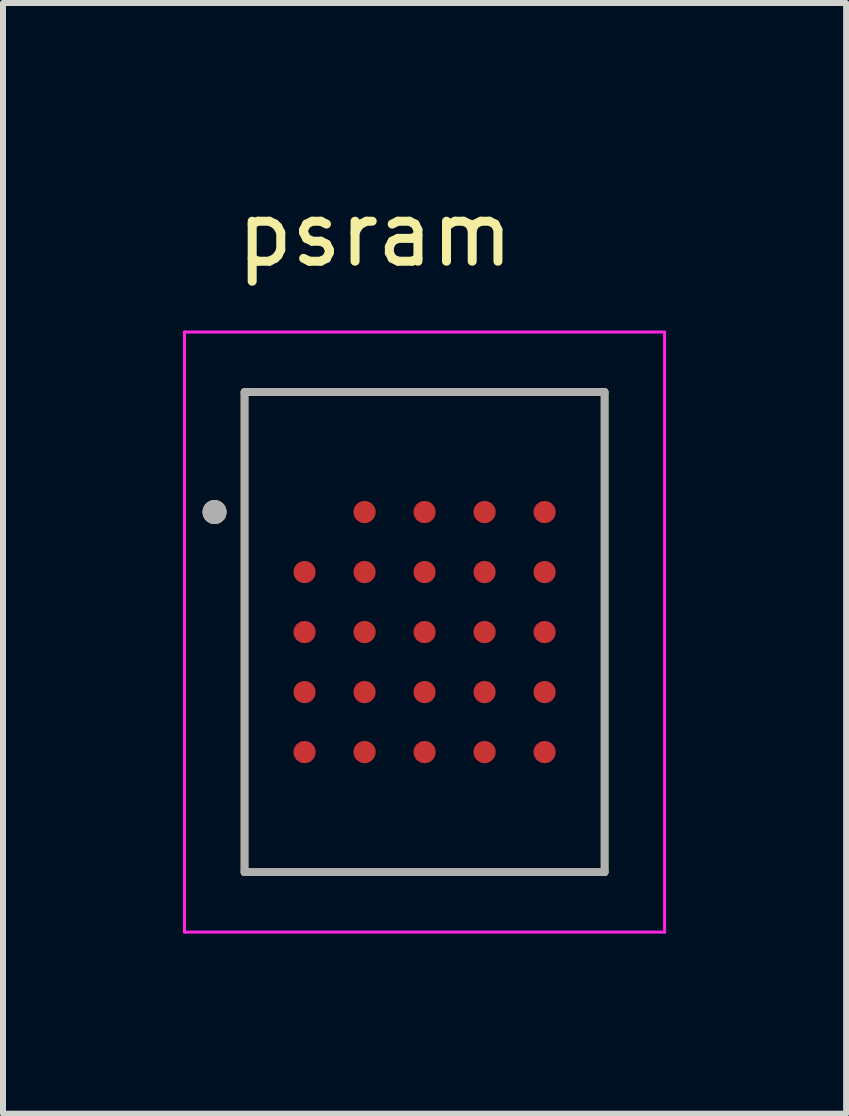
<source format=kicad_pcb>
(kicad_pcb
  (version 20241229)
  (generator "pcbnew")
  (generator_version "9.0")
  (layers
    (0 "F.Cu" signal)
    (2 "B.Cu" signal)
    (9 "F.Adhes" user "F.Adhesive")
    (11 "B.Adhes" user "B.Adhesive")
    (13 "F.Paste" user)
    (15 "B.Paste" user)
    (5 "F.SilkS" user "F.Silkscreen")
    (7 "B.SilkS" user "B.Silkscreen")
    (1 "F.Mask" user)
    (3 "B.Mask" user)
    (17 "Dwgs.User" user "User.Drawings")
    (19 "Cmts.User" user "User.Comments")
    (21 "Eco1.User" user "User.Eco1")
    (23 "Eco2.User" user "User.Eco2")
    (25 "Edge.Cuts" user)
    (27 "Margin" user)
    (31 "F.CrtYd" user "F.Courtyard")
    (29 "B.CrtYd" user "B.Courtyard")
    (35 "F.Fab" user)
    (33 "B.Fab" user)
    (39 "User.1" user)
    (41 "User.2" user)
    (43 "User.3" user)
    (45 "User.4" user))
  (footprint "psram"
    (layer "F.Cu")
    (at 4.025 7.483)
    (property "Reference" "psram" (at -0.825 -6.635 0) (layer "F.SilkS") (effects (font (size 1 1) (thickness 0.15))))
    (attr smd)
    (fp_line (start -3 -4) (end 3 -4) (stroke (width 0.127) (type solid)) (layer "F.SilkS"))
    (fp_line (start -3 4) (end -3 -4) (stroke (width 0.127) (type solid)) (layer "F.SilkS"))
    (fp_line (start 3 -4) (end 3 4) (stroke (width 0.127) (type solid)) (layer "F.SilkS"))
    (fp_line (start 3 4) (end -3 4) (stroke (width 0.127) (type solid)) (layer "F.SilkS"))
    (fp_circle (center -3.5 -2) (end -3.4 -2) (stroke (width 0.2) (type solid)) (fill no) (layer "F.SilkS"))
    (fp_line (start -4 -5) (end -4 5) (stroke (width 0.05) (type solid)) (layer "F.CrtYd"))
    (fp_line (start -4 5) (end 4 5) (stroke (width 0.05) (type solid)) (layer "F.CrtYd"))
    (fp_line (start 4 -5) (end -4 -5) (stroke (width 0.05) (type solid)) (layer "F.CrtYd"))
    (fp_line (start 4 5) (end 4 -5) (stroke (width 0.05) (type solid)) (layer "F.CrtYd"))
    (fp_line (start -3 -4) (end 3 -4) (stroke (width 0.127) (type solid)) (layer "F.Fab"))
    (fp_line (start -3 4) (end -3 -4) (stroke (width 0.127) (type solid)) (layer "F.Fab"))
    (fp_line (start 3 -4) (end 3 4) (stroke (width 0.127) (type solid)) (layer "F.Fab"))
    (fp_line (start 3 4) (end -3 4) (stroke (width 0.127) (type solid)) (layer "F.Fab"))
    (fp_circle (center -3.5 -2) (end -3.4 -2) (stroke (width 0.2) (type solid)) (fill no) (layer "F.Fab"))
    (pad "A2" smd circle (at -1 -2) (size 0.37 0.37) (layers "F.Cu" "F.Mask" "F.Paste"))
    (pad "A3" smd circle (at 0 -2) (size 0.37 0.37) (layers "F.Cu" "F.Mask" "F.Paste"))
    (pad "A4" smd circle (at 1 -2) (size 0.37 0.37) (layers "F.Cu" "F.Mask" "F.Paste"))
    (pad "A5" smd circle (at 2 -2) (size 0.37 0.37) (layers "F.Cu" "F.Mask" "F.Paste"))
    (pad "B1" smd circle (at -2 -1) (size 0.37 0.37) (layers "F.Cu" "F.Mask" "F.Paste"))
    (pad "B2" smd circle (at -1 -1) (size 0.37 0.37) (layers "F.Cu" "F.Mask" "F.Paste"))
    (pad "B3" smd circle (at 0 -1) (size 0.37 0.37) (layers "F.Cu" "F.Mask" "F.Paste"))
    (pad "B4" smd circle (at 1 -1) (size 0.37 0.37) (layers "F.Cu" "F.Mask" "F.Paste"))
    (pad "B5" smd circle (at 2 -1) (size 0.37 0.37) (layers "F.Cu" "F.Mask" "F.Paste"))
    (pad "C1" smd circle (at -2 0) (size 0.37 0.37) (layers "F.Cu" "F.Mask" "F.Paste"))
    (pad "C2" smd circle (at -1 0) (size 0.37 0.37) (layers "F.Cu" "F.Mask" "F.Paste"))
    (pad "C3" smd circle (at 0 0) (size 0.37 0.37) (layers "F.Cu" "F.Mask" "F.Paste"))
    (pad "C4" smd circle (at 1 0) (size 0.37 0.37) (layers "F.Cu" "F.Mask" "F.Paste"))
    (pad "C5" smd circle (at 2 0) (size 0.37 0.37) (layers "F.Cu" "F.Mask" "F.Paste"))
    (pad "D1" smd circle (at -2 1) (size 0.37 0.37) (layers "F.Cu" "F.Mask" "F.Paste"))
    (pad "D2" smd circle (at -1 1) (size 0.37 0.37) (layers "F.Cu" "F.Mask" "F.Paste"))
    (pad "D3" smd circle (at 0 1) (size 0.37 0.37) (layers "F.Cu" "F.Mask" "F.Paste"))
    (pad "D4" smd circle (at 1 1) (size 0.37 0.37) (layers "F.Cu" "F.Mask" "F.Paste"))
    (pad "D5" smd circle (at 2 1) (size 0.37 0.37) (layers "F.Cu" "F.Mask" "F.Paste"))
    (pad "E1" smd circle (at -2 2) (size 0.37 0.37) (layers "F.Cu" "F.Mask" "F.Paste"))
    (pad "E2" smd circle (at -1 2) (size 0.37 0.37) (layers "F.Cu" "F.Mask" "F.Paste"))
    (pad "E3" smd circle (at 0 2) (size 0.37 0.37) (layers "F.Cu" "F.Mask" "F.Paste"))
    (pad "E4" smd circle (at 1 2) (size 0.37 0.37) (layers "F.Cu" "F.Mask" "F.Paste"))
    (pad "E5" smd circle (at 2 2) (size 0.37 0.37) (layers "F.Cu" "F.Mask" "F.Paste")))
  (gr_rect
    (start -3 -3)
    (end 11.05 15.508)
    (stroke (width 0.1) (type default))
    (fill no)
    (layer "Edge.Cuts")))
</source>
